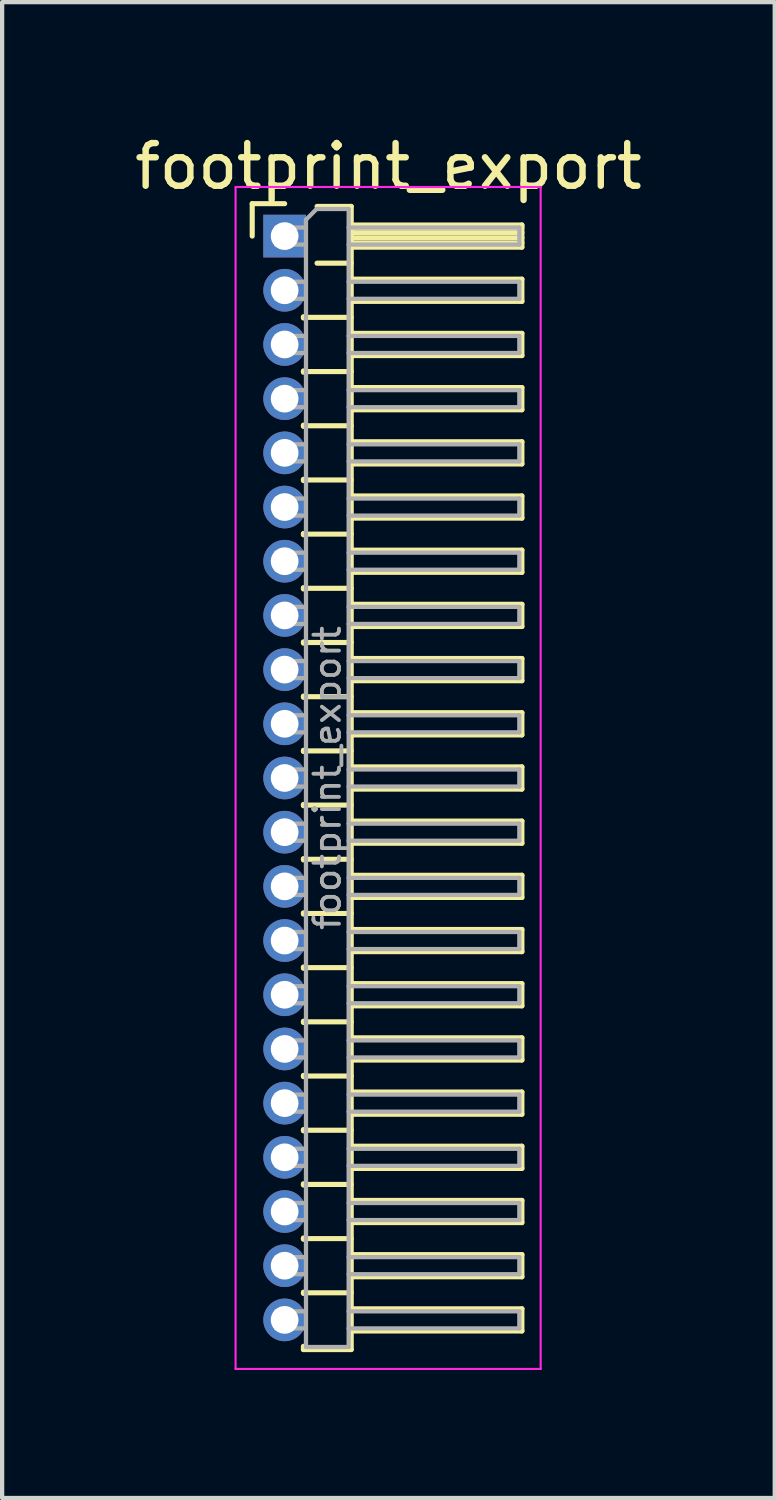
<source format=kicad_pcb>
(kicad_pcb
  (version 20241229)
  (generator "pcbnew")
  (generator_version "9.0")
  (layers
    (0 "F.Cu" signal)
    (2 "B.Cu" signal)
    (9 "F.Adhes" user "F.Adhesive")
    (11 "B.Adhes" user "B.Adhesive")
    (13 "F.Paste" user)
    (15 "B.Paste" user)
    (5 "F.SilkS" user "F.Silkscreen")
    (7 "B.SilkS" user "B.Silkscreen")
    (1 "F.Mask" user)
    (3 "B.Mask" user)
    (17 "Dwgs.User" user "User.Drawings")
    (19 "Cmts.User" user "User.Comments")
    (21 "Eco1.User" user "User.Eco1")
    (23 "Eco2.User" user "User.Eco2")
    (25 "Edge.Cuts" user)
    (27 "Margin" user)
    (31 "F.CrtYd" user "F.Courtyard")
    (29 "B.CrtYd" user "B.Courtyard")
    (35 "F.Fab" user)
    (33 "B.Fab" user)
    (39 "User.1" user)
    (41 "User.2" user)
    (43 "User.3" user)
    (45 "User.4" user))
  (footprint "footprint_export"
    (layer "F.Cu")
    (at 3.621 2.483)
    (property "Reference" "footprint_export" (at 2.433 -1.635 0) (layer "F.SilkS") (effects (font (size 1 1) (thickness 0.15))))
    (attr through_hole)
    (fp_line (start -0.76 -0.76) (end 0 -0.76) (stroke (width 0.12) (type solid)) (layer "F.SilkS"))
    (fp_line (start -0.76 0) (end -0.76 -0.76) (stroke (width 0.12) (type solid)) (layer "F.SilkS"))
    (fp_line (start 0.44 1.89) (end 0.44 1.92) (stroke (width 0.12) (type solid)) (layer "F.SilkS"))
    (fp_line (start 0.44 1.905) (end 1.56 1.905) (stroke (width 0.12) (type solid)) (layer "F.SilkS"))
    (fp_line (start 0.44 3.16) (end 0.44 3.19) (stroke (width 0.12) (type solid)) (layer "F.SilkS"))
    (fp_line (start 0.44 3.175) (end 1.56 3.175) (stroke (width 0.12) (type solid)) (layer "F.SilkS"))
    (fp_line (start 0.44 4.43) (end 0.44 4.46) (stroke (width 0.12) (type solid)) (layer "F.SilkS"))
    (fp_line (start 0.44 4.445) (end 1.56 4.445) (stroke (width 0.12) (type solid)) (layer "F.SilkS"))
    (fp_line (start 0.44 5.7) (end 0.44 5.73) (stroke (width 0.12) (type solid)) (layer "F.SilkS"))
    (fp_line (start 0.44 5.715) (end 1.56 5.715) (stroke (width 0.12) (type solid)) (layer "F.SilkS"))
    (fp_line (start 0.44 6.97) (end 0.44 7) (stroke (width 0.12) (type solid)) (layer "F.SilkS"))
    (fp_line (start 0.44 6.985) (end 1.56 6.985) (stroke (width 0.12) (type solid)) (layer "F.SilkS"))
    (fp_line (start 0.44 8.24) (end 0.44 8.27) (stroke (width 0.12) (type solid)) (layer "F.SilkS"))
    (fp_line (start 0.44 8.255) (end 1.56 8.255) (stroke (width 0.12) (type solid)) (layer "F.SilkS"))
    (fp_line (start 0.44 9.51) (end 0.44 9.54) (stroke (width 0.12) (type solid)) (layer "F.SilkS"))
    (fp_line (start 0.44 9.525) (end 1.56 9.525) (stroke (width 0.12) (type solid)) (layer "F.SilkS"))
    (fp_line (start 0.44 10.78) (end 0.44 10.81) (stroke (width 0.12) (type solid)) (layer "F.SilkS"))
    (fp_line (start 0.44 10.795) (end 1.56 10.795) (stroke (width 0.12) (type solid)) (layer "F.SilkS"))
    (fp_line (start 0.44 12.05) (end 0.44 12.08) (stroke (width 0.12) (type solid)) (layer "F.SilkS"))
    (fp_line (start 0.44 12.065) (end 1.56 12.065) (stroke (width 0.12) (type solid)) (layer "F.SilkS"))
    (fp_line (start 0.44 13.32) (end 0.44 13.35) (stroke (width 0.12) (type solid)) (layer "F.SilkS"))
    (fp_line (start 0.44 13.335) (end 1.56 13.335) (stroke (width 0.12) (type solid)) (layer "F.SilkS"))
    (fp_line (start 0.44 14.59) (end 0.44 14.62) (stroke (width 0.12) (type solid)) (layer "F.SilkS"))
    (fp_line (start 0.44 14.605) (end 1.56 14.605) (stroke (width 0.12) (type solid)) (layer "F.SilkS"))
    (fp_line (start 0.44 15.86) (end 0.44 15.89) (stroke (width 0.12) (type solid)) (layer "F.SilkS"))
    (fp_line (start 0.44 15.875) (end 1.56 15.875) (stroke (width 0.12) (type solid)) (layer "F.SilkS"))
    (fp_line (start 0.44 17.13) (end 0.44 17.16) (stroke (width 0.12) (type solid)) (layer "F.SilkS"))
    (fp_line (start 0.44 17.145) (end 1.56 17.145) (stroke (width 0.12) (type solid)) (layer "F.SilkS"))
    (fp_line (start 0.44 18.4) (end 0.44 18.43) (stroke (width 0.12) (type solid)) (layer "F.SilkS"))
    (fp_line (start 0.44 18.415) (end 1.56 18.415) (stroke (width 0.12) (type solid)) (layer "F.SilkS"))
    (fp_line (start 0.44 19.67) (end 0.44 19.7) (stroke (width 0.12) (type solid)) (layer "F.SilkS"))
    (fp_line (start 0.44 19.685) (end 1.56 19.685) (stroke (width 0.12) (type solid)) (layer "F.SilkS"))
    (fp_line (start 0.44 20.94) (end 0.44 20.97) (stroke (width 0.12) (type solid)) (layer "F.SilkS"))
    (fp_line (start 0.44 20.955) (end 1.56 20.955) (stroke (width 0.12) (type solid)) (layer "F.SilkS"))
    (fp_line (start 0.44 22.21) (end 0.44 22.24) (stroke (width 0.12) (type solid)) (layer "F.SilkS"))
    (fp_line (start 0.44 22.225) (end 1.56 22.225) (stroke (width 0.12) (type solid)) (layer "F.SilkS"))
    (fp_line (start 0.44 23.48) (end 0.44 23.51) (stroke (width 0.12) (type solid)) (layer "F.SilkS"))
    (fp_line (start 0.44 23.495) (end 1.56 23.495) (stroke (width 0.12) (type solid)) (layer "F.SilkS"))
    (fp_line (start 0.44 24.75) (end 0.44 24.78) (stroke (width 0.12) (type solid)) (layer "F.SilkS"))
    (fp_line (start 0.44 24.765) (end 1.56 24.765) (stroke (width 0.12) (type solid)) (layer "F.SilkS"))
    (fp_line (start 0.44 26.095) (end 0.44 26.02) (stroke (width 0.12) (type solid)) (layer "F.SilkS"))
    (fp_line (start 0.76 -0.695) (end 1.56 -0.695) (stroke (width 0.12) (type solid)) (layer "F.SilkS"))
    (fp_line (start 0.76 0.635) (end 1.56 0.635) (stroke (width 0.12) (type solid)) (layer "F.SilkS"))
    (fp_line (start 1.56 -0.695) (end 1.56 26.095) (stroke (width 0.12) (type solid)) (layer "F.SilkS"))
    (fp_line (start 1.56 -0.26) (end 5.56 -0.26) (stroke (width 0.12) (type solid)) (layer "F.SilkS"))
    (fp_line (start 1.56 -0.2) (end 5.56 -0.2) (stroke (width 0.12) (type solid)) (layer "F.SilkS"))
    (fp_line (start 1.56 -0.08) (end 5.56 -0.08) (stroke (width 0.12) (type solid)) (layer "F.SilkS"))
    (fp_line (start 1.56 0.04) (end 5.56 0.04) (stroke (width 0.12) (type solid)) (layer "F.SilkS"))
    (fp_line (start 1.56 0.16) (end 5.56 0.16) (stroke (width 0.12) (type solid)) (layer "F.SilkS"))
    (fp_line (start 1.56 1.01) (end 5.56 1.01) (stroke (width 0.12) (type solid)) (layer "F.SilkS"))
    (fp_line (start 1.56 2.28) (end 5.56 2.28) (stroke (width 0.12) (type solid)) (layer "F.SilkS"))
    (fp_line (start 1.56 3.55) (end 5.56 3.55) (stroke (width 0.12) (type solid)) (layer "F.SilkS"))
    (fp_line (start 1.56 4.82) (end 5.56 4.82) (stroke (width 0.12) (type solid)) (layer "F.SilkS"))
    (fp_line (start 1.56 6.09) (end 5.56 6.09) (stroke (width 0.12) (type solid)) (layer "F.SilkS"))
    (fp_line (start 1.56 7.36) (end 5.56 7.36) (stroke (width 0.12) (type solid)) (layer "F.SilkS"))
    (fp_line (start 1.56 8.63) (end 5.56 8.63) (stroke (width 0.12) (type solid)) (layer "F.SilkS"))
    (fp_line (start 1.56 9.9) (end 5.56 9.9) (stroke (width 0.12) (type solid)) (layer "F.SilkS"))
    (fp_line (start 1.56 11.17) (end 5.56 11.17) (stroke (width 0.12) (type solid)) (layer "F.SilkS"))
    (fp_line (start 1.56 12.44) (end 5.56 12.44) (stroke (width 0.12) (type solid)) (layer "F.SilkS"))
    (fp_line (start 1.56 13.71) (end 5.56 13.71) (stroke (width 0.12) (type solid)) (layer "F.SilkS"))
    (fp_line (start 1.56 14.98) (end 5.56 14.98) (stroke (width 0.12) (type solid)) (layer "F.SilkS"))
    (fp_line (start 1.56 16.25) (end 5.56 16.25) (stroke (width 0.12) (type solid)) (layer "F.SilkS"))
    (fp_line (start 1.56 17.52) (end 5.56 17.52) (stroke (width 0.12) (type solid)) (layer "F.SilkS"))
    (fp_line (start 1.56 18.79) (end 5.56 18.79) (stroke (width 0.12) (type solid)) (layer "F.SilkS"))
    (fp_line (start 1.56 20.06) (end 5.56 20.06) (stroke (width 0.12) (type solid)) (layer "F.SilkS"))
    (fp_line (start 1.56 21.33) (end 5.56 21.33) (stroke (width 0.12) (type solid)) (layer "F.SilkS"))
    (fp_line (start 1.56 22.6) (end 5.56 22.6) (stroke (width 0.12) (type solid)) (layer "F.SilkS"))
    (fp_line (start 1.56 23.87) (end 5.56 23.87) (stroke (width 0.12) (type solid)) (layer "F.SilkS"))
    (fp_line (start 1.56 25.14) (end 5.56 25.14) (stroke (width 0.12) (type solid)) (layer "F.SilkS"))
    (fp_line (start 1.56 26.095) (end 0.44 26.095) (stroke (width 0.12) (type solid)) (layer "F.SilkS"))
    (fp_line (start 5.56 -0.26) (end 5.56 0.26) (stroke (width 0.12) (type solid)) (layer "F.SilkS"))
    (fp_line (start 5.56 0.26) (end 1.56 0.26) (stroke (width 0.12) (type solid)) (layer "F.SilkS"))
    (fp_line (start 5.56 1.01) (end 5.56 1.53) (stroke (width 0.12) (type solid)) (layer "F.SilkS"))
    (fp_line (start 5.56 1.53) (end 1.56 1.53) (stroke (width 0.12) (type solid)) (layer "F.SilkS"))
    (fp_line (start 5.56 2.28) (end 5.56 2.8) (stroke (width 0.12) (type solid)) (layer "F.SilkS"))
    (fp_line (start 5.56 2.8) (end 1.56 2.8) (stroke (width 0.12) (type solid)) (layer "F.SilkS"))
    (fp_line (start 5.56 3.55) (end 5.56 4.07) (stroke (width 0.12) (type solid)) (layer "F.SilkS"))
    (fp_line (start 5.56 4.07) (end 1.56 4.07) (stroke (width 0.12) (type solid)) (layer "F.SilkS"))
    (fp_line (start 5.56 4.82) (end 5.56 5.34) (stroke (width 0.12) (type solid)) (layer "F.SilkS"))
    (fp_line (start 5.56 5.34) (end 1.56 5.34) (stroke (width 0.12) (type solid)) (layer "F.SilkS"))
    (fp_line (start 5.56 6.09) (end 5.56 6.61) (stroke (width 0.12) (type solid)) (layer "F.SilkS"))
    (fp_line (start 5.56 6.61) (end 1.56 6.61) (stroke (width 0.12) (type solid)) (layer "F.SilkS"))
    (fp_line (start 5.56 7.36) (end 5.56 7.88) (stroke (width 0.12) (type solid)) (layer "F.SilkS"))
    (fp_line (start 5.56 7.88) (end 1.56 7.88) (stroke (width 0.12) (type solid)) (layer "F.SilkS"))
    (fp_line (start 5.56 8.63) (end 5.56 9.15) (stroke (width 0.12) (type solid)) (layer "F.SilkS"))
    (fp_line (start 5.56 9.15) (end 1.56 9.15) (stroke (width 0.12) (type solid)) (layer "F.SilkS"))
    (fp_line (start 5.56 9.9) (end 5.56 10.42) (stroke (width 0.12) (type solid)) (layer "F.SilkS"))
    (fp_line (start 5.56 10.42) (end 1.56 10.42) (stroke (width 0.12) (type solid)) (layer "F.SilkS"))
    (fp_line (start 5.56 11.17) (end 5.56 11.69) (stroke (width 0.12) (type solid)) (layer "F.SilkS"))
    (fp_line (start 5.56 11.69) (end 1.56 11.69) (stroke (width 0.12) (type solid)) (layer "F.SilkS"))
    (fp_line (start 5.56 12.44) (end 5.56 12.96) (stroke (width 0.12) (type solid)) (layer "F.SilkS"))
    (fp_line (start 5.56 12.96) (end 1.56 12.96) (stroke (width 0.12) (type solid)) (layer "F.SilkS"))
    (fp_line (start 5.56 13.71) (end 5.56 14.23) (stroke (width 0.12) (type solid)) (layer "F.SilkS"))
    (fp_line (start 5.56 14.23) (end 1.56 14.23) (stroke (width 0.12) (type solid)) (layer "F.SilkS"))
    (fp_line (start 5.56 14.98) (end 5.56 15.5) (stroke (width 0.12) (type solid)) (layer "F.SilkS"))
    (fp_line (start 5.56 15.5) (end 1.56 15.5) (stroke (width 0.12) (type solid)) (layer "F.SilkS"))
    (fp_line (start 5.56 16.25) (end 5.56 16.77) (stroke (width 0.12) (type solid)) (layer "F.SilkS"))
    (fp_line (start 5.56 16.77) (end 1.56 16.77) (stroke (width 0.12) (type solid)) (layer "F.SilkS"))
    (fp_line (start 5.56 17.52) (end 5.56 18.04) (stroke (width 0.12) (type solid)) (layer "F.SilkS"))
    (fp_line (start 5.56 18.04) (end 1.56 18.04) (stroke (width 0.12) (type solid)) (layer "F.SilkS"))
    (fp_line (start 5.56 18.79) (end 5.56 19.31) (stroke (width 0.12) (type solid)) (layer "F.SilkS"))
    (fp_line (start 5.56 19.31) (end 1.56 19.31) (stroke (width 0.12) (type solid)) (layer "F.SilkS"))
    (fp_line (start 5.56 20.06) (end 5.56 20.58) (stroke (width 0.12) (type solid)) (layer "F.SilkS"))
    (fp_line (start 5.56 20.58) (end 1.56 20.58) (stroke (width 0.12) (type solid)) (layer "F.SilkS"))
    (fp_line (start 5.56 21.33) (end 5.56 21.85) (stroke (width 0.12) (type solid)) (layer "F.SilkS"))
    (fp_line (start 5.56 21.85) (end 1.56 21.85) (stroke (width 0.12) (type solid)) (layer "F.SilkS"))
    (fp_line (start 5.56 22.6) (end 5.56 23.12) (stroke (width 0.12) (type solid)) (layer "F.SilkS"))
    (fp_line (start 5.56 23.12) (end 1.56 23.12) (stroke (width 0.12) (type solid)) (layer "F.SilkS"))
    (fp_line (start 5.56 23.87) (end 5.56 24.39) (stroke (width 0.12) (type solid)) (layer "F.SilkS"))
    (fp_line (start 5.56 24.39) (end 1.56 24.39) (stroke (width 0.12) (type solid)) (layer "F.SilkS"))
    (fp_line (start 5.56 25.14) (end 5.56 25.66) (stroke (width 0.12) (type solid)) (layer "F.SilkS"))
    (fp_line (start 5.56 25.66) (end 1.56 25.66) (stroke (width 0.12) (type solid)) (layer "F.SilkS"))
    (fp_line (start -1.15 -1.15) (end -1.15 26.55) (stroke (width 0.05) (type solid)) (layer "F.CrtYd"))
    (fp_line (start -1.15 26.55) (end 6 26.55) (stroke (width 0.05) (type solid)) (layer "F.CrtYd"))
    (fp_line (start 6 -1.15) (end -1.15 -1.15) (stroke (width 0.05) (type solid)) (layer "F.CrtYd"))
    (fp_line (start 6 26.55) (end 6 -1.15) (stroke (width 0.05) (type solid)) (layer "F.CrtYd"))
    (fp_line (start -0.2 -0.2) (end -0.2 0.2) (stroke (width 0.1) (type solid)) (layer "F.Fab"))
    (fp_line (start -0.2 -0.2) (end 0.5 -0.2) (stroke (width 0.1) (type solid)) (layer "F.Fab"))
    (fp_line (start -0.2 0.2) (end 0.5 0.2) (stroke (width 0.1) (type solid)) (layer "F.Fab"))
    (fp_line (start -0.2 1.07) (end -0.2 1.47) (stroke (width 0.1) (type solid)) (layer "F.Fab"))
    (fp_line (start -0.2 1.07) (end 0.5 1.07) (stroke (width 0.1) (type solid)) (layer "F.Fab"))
    (fp_line (start -0.2 1.47) (end 0.5 1.47) (stroke (width 0.1) (type solid)) (layer "F.Fab"))
    (fp_line (start -0.2 2.34) (end -0.2 2.74) (stroke (width 0.1) (type solid)) (layer "F.Fab"))
    (fp_line (start -0.2 2.34) (end 0.5 2.34) (stroke (width 0.1) (type solid)) (layer "F.Fab"))
    (fp_line (start -0.2 2.74) (end 0.5 2.74) (stroke (width 0.1) (type solid)) (layer "F.Fab"))
    (fp_line (start -0.2 3.61) (end -0.2 4.01) (stroke (width 0.1) (type solid)) (layer "F.Fab"))
    (fp_line (start -0.2 3.61) (end 0.5 3.61) (stroke (width 0.1) (type solid)) (layer "F.Fab"))
    (fp_line (start -0.2 4.01) (end 0.5 4.01) (stroke (width 0.1) (type solid)) (layer "F.Fab"))
    (fp_line (start -0.2 4.88) (end -0.2 5.28) (stroke (width 0.1) (type solid)) (layer "F.Fab"))
    (fp_line (start -0.2 4.88) (end 0.5 4.88) (stroke (width 0.1) (type solid)) (layer "F.Fab"))
    (fp_line (start -0.2 5.28) (end 0.5 5.28) (stroke (width 0.1) (type solid)) (layer "F.Fab"))
    (fp_line (start -0.2 6.15) (end -0.2 6.55) (stroke (width 0.1) (type solid)) (layer "F.Fab"))
    (fp_line (start -0.2 6.15) (end 0.5 6.15) (stroke (width 0.1) (type solid)) (layer "F.Fab"))
    (fp_line (start -0.2 6.55) (end 0.5 6.55) (stroke (width 0.1) (type solid)) (layer "F.Fab"))
    (fp_line (start -0.2 7.42) (end -0.2 7.82) (stroke (width 0.1) (type solid)) (layer "F.Fab"))
    (fp_line (start -0.2 7.42) (end 0.5 7.42) (stroke (width 0.1) (type solid)) (layer "F.Fab"))
    (fp_line (start -0.2 7.82) (end 0.5 7.82) (stroke (width 0.1) (type solid)) (layer "F.Fab"))
    (fp_line (start -0.2 8.69) (end -0.2 9.09) (stroke (width 0.1) (type solid)) (layer "F.Fab"))
    (fp_line (start -0.2 8.69) (end 0.5 8.69) (stroke (width 0.1) (type solid)) (layer "F.Fab"))
    (fp_line (start -0.2 9.09) (end 0.5 9.09) (stroke (width 0.1) (type solid)) (layer "F.Fab"))
    (fp_line (start -0.2 9.96) (end -0.2 10.36) (stroke (width 0.1) (type solid)) (layer "F.Fab"))
    (fp_line (start -0.2 9.96) (end 0.5 9.96) (stroke (width 0.1) (type solid)) (layer "F.Fab"))
    (fp_line (start -0.2 10.36) (end 0.5 10.36) (stroke (width 0.1) (type solid)) (layer "F.Fab"))
    (fp_line (start -0.2 11.23) (end -0.2 11.63) (stroke (width 0.1) (type solid)) (layer "F.Fab"))
    (fp_line (start -0.2 11.23) (end 0.5 11.23) (stroke (width 0.1) (type solid)) (layer "F.Fab"))
    (fp_line (start -0.2 11.63) (end 0.5 11.63) (stroke (width 0.1) (type solid)) (layer "F.Fab"))
    (fp_line (start -0.2 12.5) (end -0.2 12.9) (stroke (width 0.1) (type solid)) (layer "F.Fab"))
    (fp_line (start -0.2 12.5) (end 0.5 12.5) (stroke (width 0.1) (type solid)) (layer "F.Fab"))
    (fp_line (start -0.2 12.9) (end 0.5 12.9) (stroke (width 0.1) (type solid)) (layer "F.Fab"))
    (fp_line (start -0.2 13.77) (end -0.2 14.17) (stroke (width 0.1) (type solid)) (layer "F.Fab"))
    (fp_line (start -0.2 13.77) (end 0.5 13.77) (stroke (width 0.1) (type solid)) (layer "F.Fab"))
    (fp_line (start -0.2 14.17) (end 0.5 14.17) (stroke (width 0.1) (type solid)) (layer "F.Fab"))
    (fp_line (start -0.2 15.04) (end -0.2 15.44) (stroke (width 0.1) (type solid)) (layer "F.Fab"))
    (fp_line (start -0.2 15.04) (end 0.5 15.04) (stroke (width 0.1) (type solid)) (layer "F.Fab"))
    (fp_line (start -0.2 15.44) (end 0.5 15.44) (stroke (width 0.1) (type solid)) (layer "F.Fab"))
    (fp_line (start -0.2 16.31) (end -0.2 16.71) (stroke (width 0.1) (type solid)) (layer "F.Fab"))
    (fp_line (start -0.2 16.31) (end 0.5 16.31) (stroke (width 0.1) (type solid)) (layer "F.Fab"))
    (fp_line (start -0.2 16.71) (end 0.5 16.71) (stroke (width 0.1) (type solid)) (layer "F.Fab"))
    (fp_line (start -0.2 17.58) (end -0.2 17.98) (stroke (width 0.1) (type solid)) (layer "F.Fab"))
    (fp_line (start -0.2 17.58) (end 0.5 17.58) (stroke (width 0.1) (type solid)) (layer "F.Fab"))
    (fp_line (start -0.2 17.98) (end 0.5 17.98) (stroke (width 0.1) (type solid)) (layer "F.Fab"))
    (fp_line (start -0.2 18.85) (end -0.2 19.25) (stroke (width 0.1) (type solid)) (layer "F.Fab"))
    (fp_line (start -0.2 18.85) (end 0.5 18.85) (stroke (width 0.1) (type solid)) (layer "F.Fab"))
    (fp_line (start -0.2 19.25) (end 0.5 19.25) (stroke (width 0.1) (type solid)) (layer "F.Fab"))
    (fp_line (start -0.2 20.12) (end -0.2 20.52) (stroke (width 0.1) (type solid)) (layer "F.Fab"))
    (fp_line (start -0.2 20.12) (end 0.5 20.12) (stroke (width 0.1) (type solid)) (layer "F.Fab"))
    (fp_line (start -0.2 20.52) (end 0.5 20.52) (stroke (width 0.1) (type solid)) (layer "F.Fab"))
    (fp_line (start -0.2 21.39) (end -0.2 21.79) (stroke (width 0.1) (type solid)) (layer "F.Fab"))
    (fp_line (start -0.2 21.39) (end 0.5 21.39) (stroke (width 0.1) (type solid)) (layer "F.Fab"))
    (fp_line (start -0.2 21.79) (end 0.5 21.79) (stroke (width 0.1) (type solid)) (layer "F.Fab"))
    (fp_line (start -0.2 22.66) (end -0.2 23.06) (stroke (width 0.1) (type solid)) (layer "F.Fab"))
    (fp_line (start -0.2 22.66) (end 0.5 22.66) (stroke (width 0.1) (type solid)) (layer "F.Fab"))
    (fp_line (start -0.2 23.06) (end 0.5 23.06) (stroke (width 0.1) (type solid)) (layer "F.Fab"))
    (fp_line (start -0.2 23.93) (end -0.2 24.33) (stroke (width 0.1) (type solid)) (layer "F.Fab"))
    (fp_line (start -0.2 23.93) (end 0.5 23.93) (stroke (width 0.1) (type solid)) (layer "F.Fab"))
    (fp_line (start -0.2 24.33) (end 0.5 24.33) (stroke (width 0.1) (type solid)) (layer "F.Fab"))
    (fp_line (start -0.2 25.2) (end -0.2 25.6) (stroke (width 0.1) (type solid)) (layer "F.Fab"))
    (fp_line (start -0.2 25.2) (end 0.5 25.2) (stroke (width 0.1) (type solid)) (layer "F.Fab"))
    (fp_line (start -0.2 25.6) (end 0.5 25.6) (stroke (width 0.1) (type solid)) (layer "F.Fab"))
    (fp_line (start 0.5 -0.385) (end 0.75 -0.635) (stroke (width 0.1) (type solid)) (layer "F.Fab"))
    (fp_line (start 0.5 26.035) (end 0.5 -0.385) (stroke (width 0.1) (type solid)) (layer "F.Fab"))
    (fp_line (start 0.75 -0.635) (end 1.5 -0.635) (stroke (width 0.1) (type solid)) (layer "F.Fab"))
    (fp_line (start 1.5 -0.635) (end 1.5 26.035) (stroke (width 0.1) (type solid)) (layer "F.Fab"))
    (fp_line (start 1.5 -0.2) (end 5.5 -0.2) (stroke (width 0.1) (type solid)) (layer "F.Fab"))
    (fp_line (start 1.5 0.2) (end 5.5 0.2) (stroke (width 0.1) (type solid)) (layer "F.Fab"))
    (fp_line (start 1.5 1.07) (end 5.5 1.07) (stroke (width 0.1) (type solid)) (layer "F.Fab"))
    (fp_line (start 1.5 1.47) (end 5.5 1.47) (stroke (width 0.1) (type solid)) (layer "F.Fab"))
    (fp_line (start 1.5 2.34) (end 5.5 2.34) (stroke (width 0.1) (type solid)) (layer "F.Fab"))
    (fp_line (start 1.5 2.74) (end 5.5 2.74) (stroke (width 0.1) (type solid)) (layer "F.Fab"))
    (fp_line (start 1.5 3.61) (end 5.5 3.61) (stroke (width 0.1) (type solid)) (layer "F.Fab"))
    (fp_line (start 1.5 4.01) (end 5.5 4.01) (stroke (width 0.1) (type solid)) (layer "F.Fab"))
    (fp_line (start 1.5 4.88) (end 5.5 4.88) (stroke (width 0.1) (type solid)) (layer "F.Fab"))
    (fp_line (start 1.5 5.28) (end 5.5 5.28) (stroke (width 0.1) (type solid)) (layer "F.Fab"))
    (fp_line (start 1.5 6.15) (end 5.5 6.15) (stroke (width 0.1) (type solid)) (layer "F.Fab"))
    (fp_line (start 1.5 6.55) (end 5.5 6.55) (stroke (width 0.1) (type solid)) (layer "F.Fab"))
    (fp_line (start 1.5 7.42) (end 5.5 7.42) (stroke (width 0.1) (type solid)) (layer "F.Fab"))
    (fp_line (start 1.5 7.82) (end 5.5 7.82) (stroke (width 0.1) (type solid)) (layer "F.Fab"))
    (fp_line (start 1.5 8.69) (end 5.5 8.69) (stroke (width 0.1) (type solid)) (layer "F.Fab"))
    (fp_line (start 1.5 9.09) (end 5.5 9.09) (stroke (width 0.1) (type solid)) (layer "F.Fab"))
    (fp_line (start 1.5 9.96) (end 5.5 9.96) (stroke (width 0.1) (type solid)) (layer "F.Fab"))
    (fp_line (start 1.5 10.36) (end 5.5 10.36) (stroke (width 0.1) (type solid)) (layer "F.Fab"))
    (fp_line (start 1.5 11.23) (end 5.5 11.23) (stroke (width 0.1) (type solid)) (layer "F.Fab"))
    (fp_line (start 1.5 11.63) (end 5.5 11.63) (stroke (width 0.1) (type solid)) (layer "F.Fab"))
    (fp_line (start 1.5 12.5) (end 5.5 12.5) (stroke (width 0.1) (type solid)) (layer "F.Fab"))
    (fp_line (start 1.5 12.9) (end 5.5 12.9) (stroke (width 0.1) (type solid)) (layer "F.Fab"))
    (fp_line (start 1.5 13.77) (end 5.5 13.77) (stroke (width 0.1) (type solid)) (layer "F.Fab"))
    (fp_line (start 1.5 14.17) (end 5.5 14.17) (stroke (width 0.1) (type solid)) (layer "F.Fab"))
    (fp_line (start 1.5 15.04) (end 5.5 15.04) (stroke (width 0.1) (type solid)) (layer "F.Fab"))
    (fp_line (start 1.5 15.44) (end 5.5 15.44) (stroke (width 0.1) (type solid)) (layer "F.Fab"))
    (fp_line (start 1.5 16.31) (end 5.5 16.31) (stroke (width 0.1) (type solid)) (layer "F.Fab"))
    (fp_line (start 1.5 16.71) (end 5.5 16.71) (stroke (width 0.1) (type solid)) (layer "F.Fab"))
    (fp_line (start 1.5 17.58) (end 5.5 17.58) (stroke (width 0.1) (type solid)) (layer "F.Fab"))
    (fp_line (start 1.5 17.98) (end 5.5 17.98) (stroke (width 0.1) (type solid)) (layer "F.Fab"))
    (fp_line (start 1.5 18.85) (end 5.5 18.85) (stroke (width 0.1) (type solid)) (layer "F.Fab"))
    (fp_line (start 1.5 19.25) (end 5.5 19.25) (stroke (width 0.1) (type solid)) (layer "F.Fab"))
    (fp_line (start 1.5 20.12) (end 5.5 20.12) (stroke (width 0.1) (type solid)) (layer "F.Fab"))
    (fp_line (start 1.5 20.52) (end 5.5 20.52) (stroke (width 0.1) (type solid)) (layer "F.Fab"))
    (fp_line (start 1.5 21.39) (end 5.5 21.39) (stroke (width 0.1) (type solid)) (layer "F.Fab"))
    (fp_line (start 1.5 21.79) (end 5.5 21.79) (stroke (width 0.1) (type solid)) (layer "F.Fab"))
    (fp_line (start 1.5 22.66) (end 5.5 22.66) (stroke (width 0.1) (type solid)) (layer "F.Fab"))
    (fp_line (start 1.5 23.06) (end 5.5 23.06) (stroke (width 0.1) (type solid)) (layer "F.Fab"))
    (fp_line (start 1.5 23.93) (end 5.5 23.93) (stroke (width 0.1) (type solid)) (layer "F.Fab"))
    (fp_line (start 1.5 24.33) (end 5.5 24.33) (stroke (width 0.1) (type solid)) (layer "F.Fab"))
    (fp_line (start 1.5 25.2) (end 5.5 25.2) (stroke (width 0.1) (type solid)) (layer "F.Fab"))
    (fp_line (start 1.5 25.6) (end 5.5 25.6) (stroke (width 0.1) (type solid)) (layer "F.Fab"))
    (fp_line (start 1.5 26.035) (end 0.5 26.035) (stroke (width 0.1) (type solid)) (layer "F.Fab"))
    (fp_line (start 5.5 -0.2) (end 5.5 0.2) (stroke (width 0.1) (type solid)) (layer "F.Fab"))
    (fp_line (start 5.5 1.07) (end 5.5 1.47) (stroke (width 0.1) (type solid)) (layer "F.Fab"))
    (fp_line (start 5.5 2.34) (end 5.5 2.74) (stroke (width 0.1) (type solid)) (layer "F.Fab"))
    (fp_line (start 5.5 3.61) (end 5.5 4.01) (stroke (width 0.1) (type solid)) (layer "F.Fab"))
    (fp_line (start 5.5 4.88) (end 5.5 5.28) (stroke (width 0.1) (type solid)) (layer "F.Fab"))
    (fp_line (start 5.5 6.15) (end 5.5 6.55) (stroke (width 0.1) (type solid)) (layer "F.Fab"))
    (fp_line (start 5.5 7.42) (end 5.5 7.82) (stroke (width 0.1) (type solid)) (layer "F.Fab"))
    (fp_line (start 5.5 8.69) (end 5.5 9.09) (stroke (width 0.1) (type solid)) (layer "F.Fab"))
    (fp_line (start 5.5 9.96) (end 5.5 10.36) (stroke (width 0.1) (type solid)) (layer "F.Fab"))
    (fp_line (start 5.5 11.23) (end 5.5 11.63) (stroke (width 0.1) (type solid)) (layer "F.Fab"))
    (fp_line (start 5.5 12.5) (end 5.5 12.9) (stroke (width 0.1) (type solid)) (layer "F.Fab"))
    (fp_line (start 5.5 13.77) (end 5.5 14.17) (stroke (width 0.1) (type solid)) (layer "F.Fab"))
    (fp_line (start 5.5 15.04) (end 5.5 15.44) (stroke (width 0.1) (type solid)) (layer "F.Fab"))
    (fp_line (start 5.5 16.31) (end 5.5 16.71) (stroke (width 0.1) (type solid)) (layer "F.Fab"))
    (fp_line (start 5.5 17.58) (end 5.5 17.98) (stroke (width 0.1) (type solid)) (layer "F.Fab"))
    (fp_line (start 5.5 18.85) (end 5.5 19.25) (stroke (width 0.1) (type solid)) (layer "F.Fab"))
    (fp_line (start 5.5 20.12) (end 5.5 20.52) (stroke (width 0.1) (type solid)) (layer "F.Fab"))
    (fp_line (start 5.5 21.39) (end 5.5 21.79) (stroke (width 0.1) (type solid)) (layer "F.Fab"))
    (fp_line (start 5.5 22.66) (end 5.5 23.06) (stroke (width 0.1) (type solid)) (layer "F.Fab"))
    (fp_line (start 5.5 23.93) (end 5.5 24.33) (stroke (width 0.1) (type solid)) (layer "F.Fab"))
    (fp_line (start 5.5 25.2) (end 5.5 25.6) (stroke (width 0.1) (type solid)) (layer "F.Fab"))
    (fp_text user "${REFERENCE}" (at 1 12.7 90) (layer "F.Fab") (effects (font (size 0.6 0.6) (thickness 0.09))))
    (pad "1" thru_hole rect (at 0 0) (size 1 1) (drill 0.65) (layers "*.Cu" "*.Mask"))
    (pad "2" thru_hole oval (at 0 1.27) (size 1 1) (drill 0.65) (layers "*.Cu" "*.Mask"))
    (pad "3" thru_hole oval (at 0 2.54) (size 1 1) (drill 0.65) (layers "*.Cu" "*.Mask"))
    (pad "4" thru_hole oval (at 0 3.81) (size 1 1) (drill 0.65) (layers "*.Cu" "*.Mask"))
    (pad "5" thru_hole oval (at 0 5.08) (size 1 1) (drill 0.65) (layers "*.Cu" "*.Mask"))
    (pad "6" thru_hole oval (at 0 6.35) (size 1 1) (drill 0.65) (layers "*.Cu" "*.Mask"))
    (pad "7" thru_hole oval (at 0 7.62) (size 1 1) (drill 0.65) (layers "*.Cu" "*.Mask"))
    (pad "8" thru_hole oval (at 0 8.89) (size 1 1) (drill 0.65) (layers "*.Cu" "*.Mask"))
    (pad "9" thru_hole oval (at 0 10.16) (size 1 1) (drill 0.65) (layers "*.Cu" "*.Mask"))
    (pad "10" thru_hole oval (at 0 11.43) (size 1 1) (drill 0.65) (layers "*.Cu" "*.Mask"))
    (pad "11" thru_hole oval (at 0 12.7) (size 1 1) (drill 0.65) (layers "*.Cu" "*.Mask"))
    (pad "12" thru_hole oval (at 0 13.97) (size 1 1) (drill 0.65) (layers "*.Cu" "*.Mask"))
    (pad "13" thru_hole oval (at 0 15.24) (size 1 1) (drill 0.65) (layers "*.Cu" "*.Mask"))
    (pad "14" thru_hole oval (at 0 16.51) (size 1 1) (drill 0.65) (layers "*.Cu" "*.Mask"))
    (pad "15" thru_hole oval (at 0 17.78) (size 1 1) (drill 0.65) (layers "*.Cu" "*.Mask"))
    (pad "16" thru_hole oval (at 0 19.05) (size 1 1) (drill 0.65) (layers "*.Cu" "*.Mask"))
    (pad "17" thru_hole oval (at 0 20.32) (size 1 1) (drill 0.65) (layers "*.Cu" "*.Mask"))
    (pad "18" thru_hole oval (at 0 21.59) (size 1 1) (drill 0.65) (layers "*.Cu" "*.Mask"))
    (pad "19" thru_hole oval (at 0 22.86) (size 1 1) (drill 0.65) (layers "*.Cu" "*.Mask"))
    (pad "20" thru_hole oval (at 0 24.13) (size 1 1) (drill 0.65) (layers "*.Cu" "*.Mask"))
    (pad "21" thru_hole oval (at 0 25.4) (size 1 1) (drill 0.65) (layers "*.Cu" "*.Mask")))
  (gr_rect
    (start -3 -3)
    (end 15.107 32.058)
    (stroke (width 0.1) (type default))
    (fill no)
    (layer "Edge.Cuts")))
</source>
